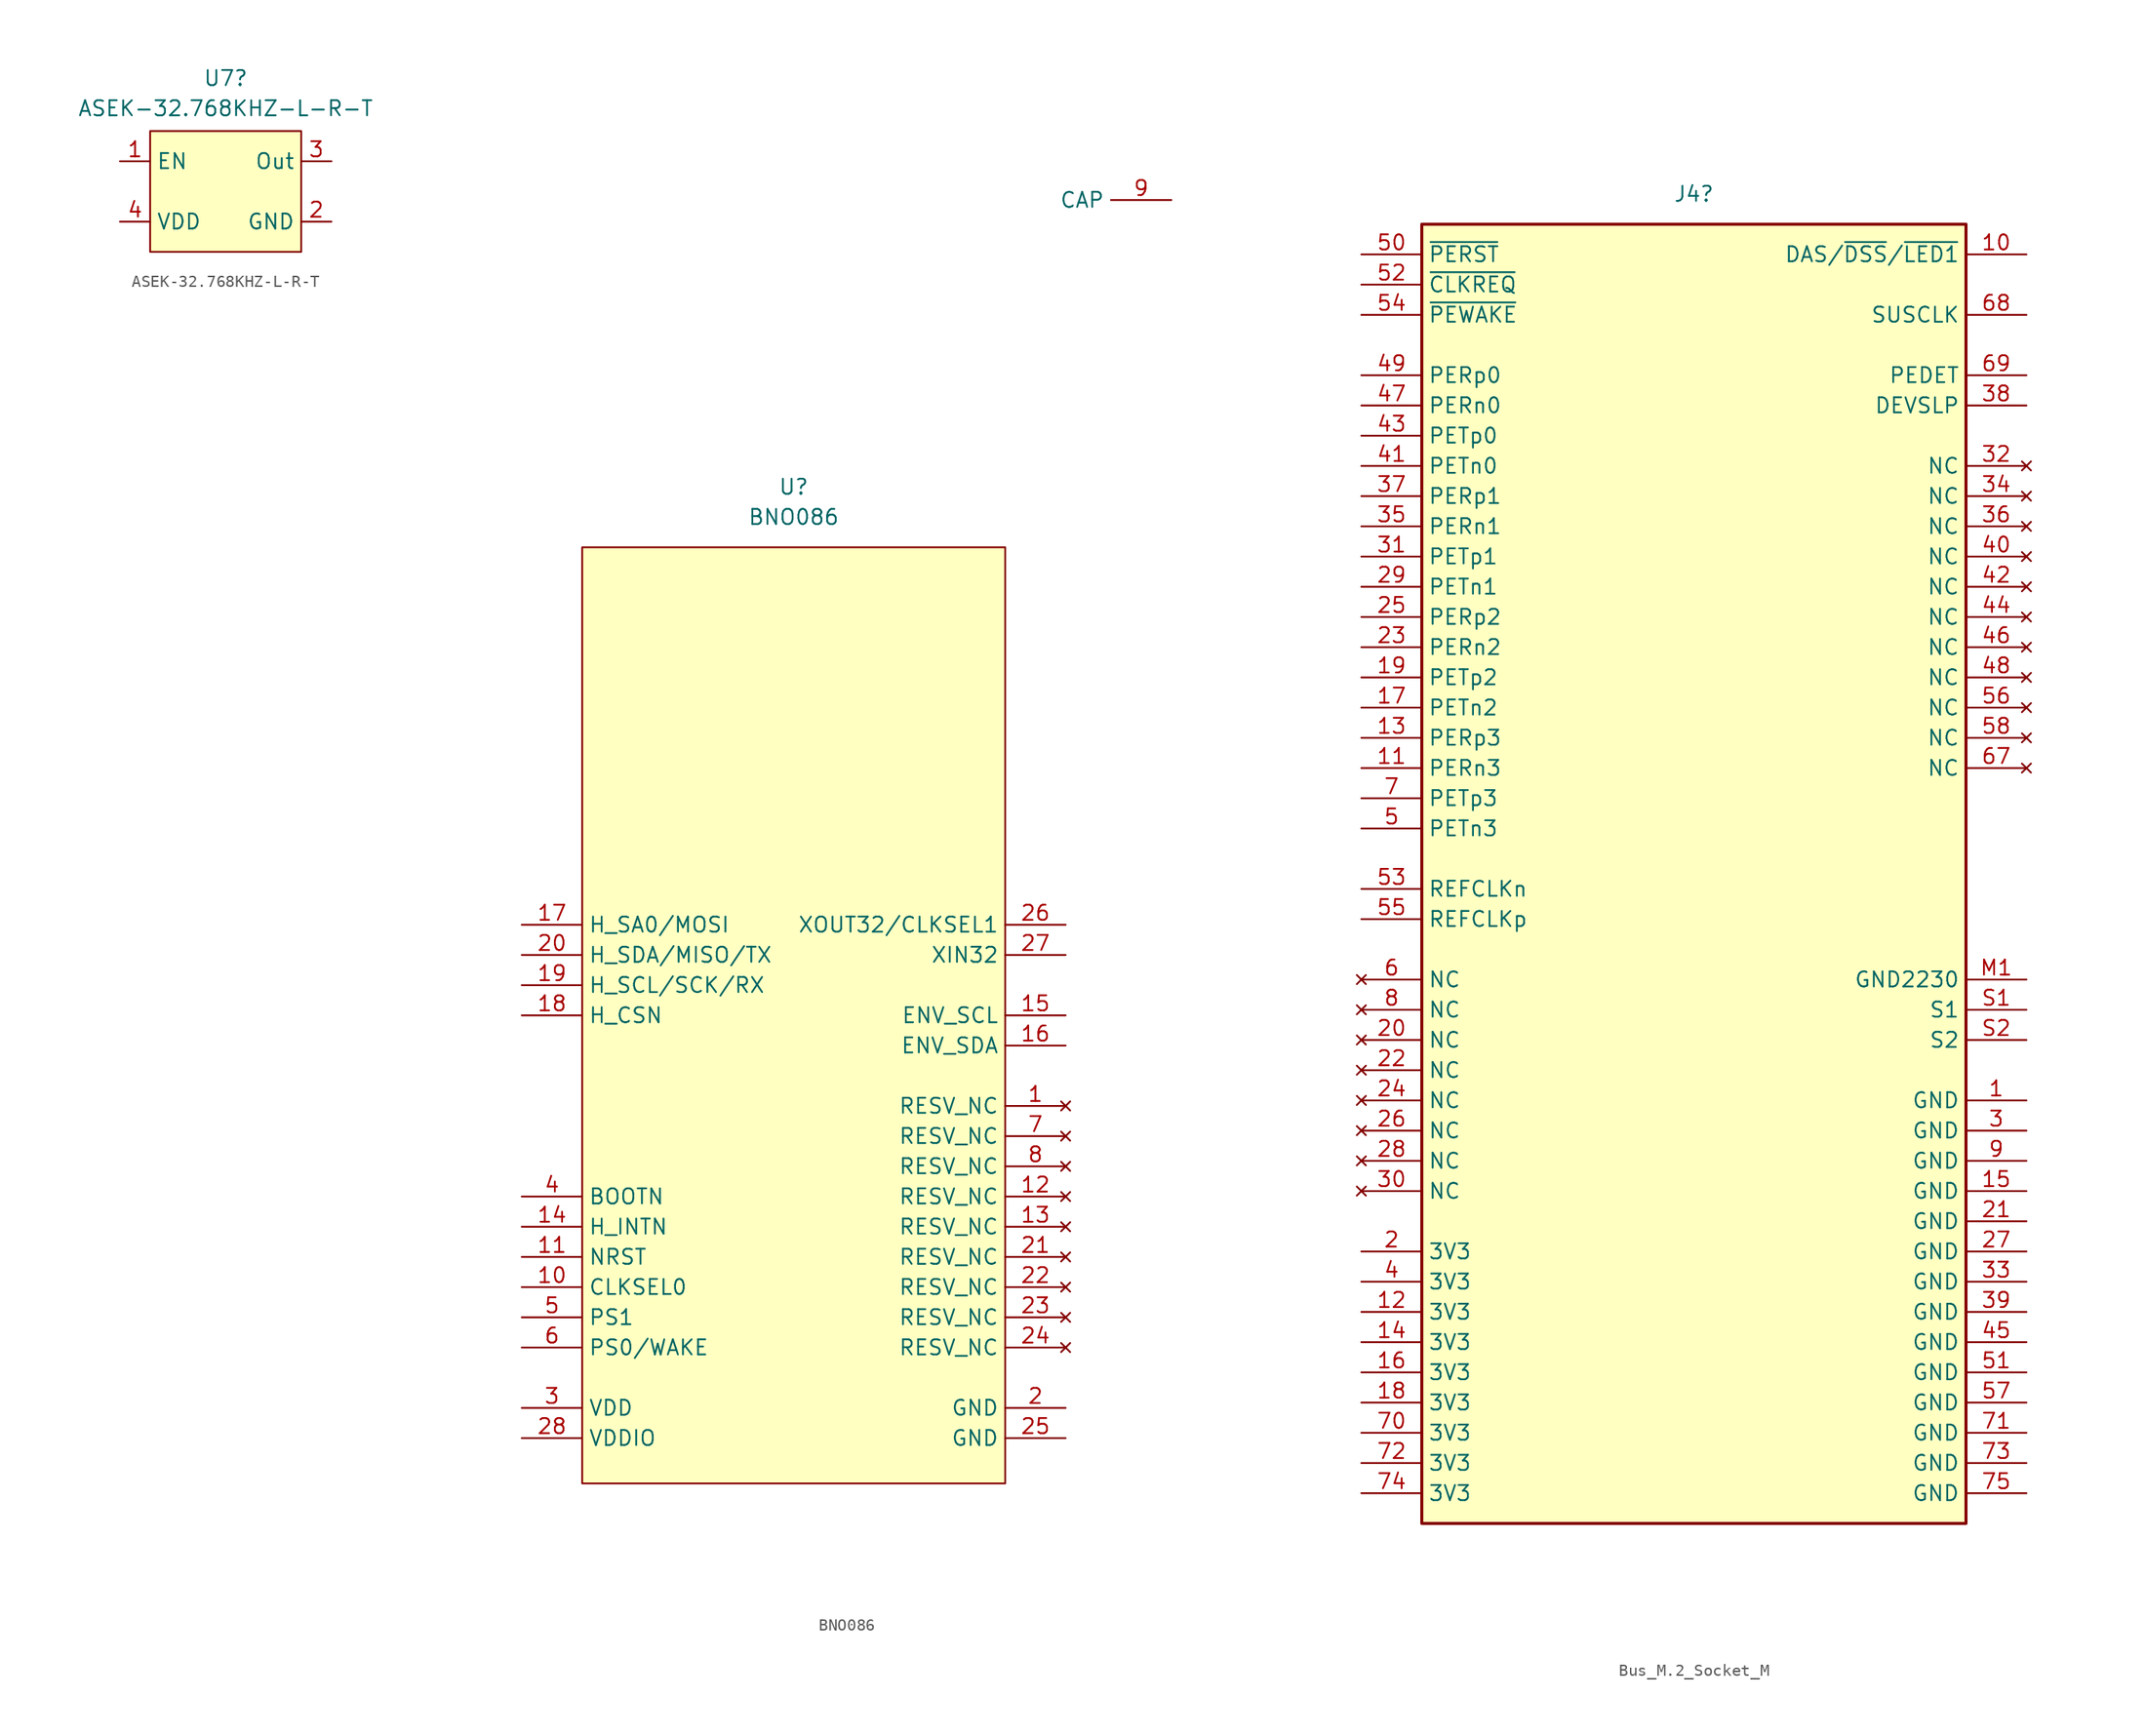
<source format=kicad_sym>
(kicad_symbol_lib
  (version 20241209)
  (generator "kicad_symbol_editor")
  (generator_version "9.0")
  (symbol "ASEK-32.768KHZ-L-R-T"
    (property "Reference" "U7"
      (at 0 9.525 0)
      (effects (font (size 1.27 1.27))))
    (property "Value" "ASEK-32.768KHZ-L-R-T"
      (at 0 6.985 0)
      (effects (font (size 1.27 1.27))))
    (symbol "ASEK-32.768KHZ-L-R-T_1_1"
      (rectangle (start -6.35 5.08) (end 6.35 -5.08) (stroke (width 0) (type solid)) (fill (type color) (color 255 255 194 1)))
      (pin input line (at -8.89 2.54 0) (length 2.54) (name "EN" (effects (font (size 1.27 1.27)))) (number "1" (effects (font (size 1.27 1.27)))))
      (pin power_in line (at -8.89 -2.54 0) (length 2.54) (name "VDD" (effects (font (size 1.27 1.27)))) (number "4" (effects (font (size 1.27 1.27)))))
      (pin output line (at 8.89 2.54 180) (length 2.54) (name "Out" (effects (font (size 1.27 1.27)))) (number "3" (effects (font (size 1.27 1.27)))))
      (pin power_in line (at 8.89 -2.54 180) (length 2.54) (name "GND" (effects (font (size 1.27 1.27)))) (number "2" (effects (font (size 1.27 1.27)))))))
  (symbol "BNO086"
    (property "Reference" "U"
      (at 0 10.16 0)
      (effects (font (size 1.27 1.27))))
    (property "Value" "BNO086"
      (at 0 7.62 0)
      (effects (font (size 1.27 1.27))))
    (symbol "BNO086_1_1"
      (rectangle (start -17.78 5.08) (end 17.78 -73.66) (stroke (width 0) (type solid)) (fill (type color) (color 255 255 194 1)))
      (pin input line (at -22.86 -26.67 0) (length 5.08) (name "H_SA0/MOSI" (effects (font (size 1.27 1.27)))) (number "17" (effects (font (size 1.27 1.27)))))
      (pin bidirectional line (at -22.86 -29.21 0) (length 5.08) (name "H_SDA/MISO/TX" (effects (font (size 1.27 1.27)))) (number "20" (effects (font (size 1.27 1.27)))))
      (pin bidirectional line (at -22.86 -31.75 0) (length 5.08) (name "H_SCL/SCK/RX" (effects (font (size 1.27 1.27)))) (number "19" (effects (font (size 1.27 1.27)))))
      (pin input line (at -22.86 -34.29 0) (length 5.08) (name "H_CSN" (effects (font (size 1.27 1.27)))) (number "18" (effects (font (size 1.27 1.27)))))
      (pin input line (at -22.86 -49.53 0) (length 5.08) (name "BOOTN" (effects (font (size 1.27 1.27)))) (number "4" (effects (font (size 1.27 1.27)))))
      (pin output line (at -22.86 -52.07 0) (length 5.08) (name "H_INTN" (effects (font (size 1.27 1.27)))) (number "14" (effects (font (size 1.27 1.27)))))
      (pin input line (at -22.86 -54.61 0) (length 5.08) (name "NRST" (effects (font (size 1.27 1.27)))) (number "11" (effects (font (size 1.27 1.27)))))
      (pin input line (at -22.86 -57.15 0) (length 5.08) (name "CLKSEL0" (effects (font (size 1.27 1.27)))) (number "10" (effects (font (size 1.27 1.27)))))
      (pin input line (at -22.86 -59.69 0) (length 5.08) (name "PS1" (effects (font (size 1.27 1.27)))) (number "5" (effects (font (size 1.27 1.27)))))
      (pin input line (at -22.86 -62.23 0) (length 5.08) (name "PS0/WAKE" (effects (font (size 1.27 1.27)))) (number "6" (effects (font (size 1.27 1.27)))))
      (pin power_in line (at -22.86 -67.31 0) (length 5.08) (name "VDD" (effects (font (size 1.27 1.27)))) (number "3" (effects (font (size 1.27 1.27)))))
      (pin power_in line (at -22.86 -69.85 0) (length 5.08) (name "VDDIO" (effects (font (size 1.27 1.27)))) (number "28" (effects (font (size 1.27 1.27)))))
      (pin output line (at 22.86 -26.67 180) (length 5.08) (name "XOUT32/CLKSEL1" (effects (font (size 1.27 1.27)))) (number "26" (effects (font (size 1.27 1.27)))))
      (pin input line (at 22.86 -29.21 180) (length 5.08) (name "XIN32" (effects (font (size 1.27 1.27)))) (number "27" (effects (font (size 1.27 1.27)))))
      (pin bidirectional line (at 22.86 -34.29 180) (length 5.08) (name "ENV_SCL" (effects (font (size 1.27 1.27)))) (number "15" (effects (font (size 1.27 1.27)))))
      (pin bidirectional line (at 22.86 -36.83 180) (length 5.08) (name "ENV_SDA" (effects (font (size 1.27 1.27)))) (number "16" (effects (font (size 1.27 1.27)))))
      (pin no_connect line (at 22.86 -41.91 180) (length 5.08) (name "RESV_NC" (effects (font (size 1.27 1.27)))) (number "1" (effects (font (size 1.27 1.27)))))
      (pin no_connect line (at 22.86 -44.45 180) (length 5.08) (name "RESV_NC" (effects (font (size 1.27 1.27)))) (number "7" (effects (font (size 1.27 1.27)))))
      (pin no_connect line (at 22.86 -46.99 180) (length 5.08) (name "RESV_NC" (effects (font (size 1.27 1.27)))) (number "8" (effects (font (size 1.27 1.27)))))
      (pin no_connect line (at 22.86 -49.53 180) (length 5.08) (name "RESV_NC" (effects (font (size 1.27 1.27)))) (number "12" (effects (font (size 1.27 1.27)))))
      (pin no_connect line (at 22.86 -52.07 180) (length 5.08) (name "RESV_NC" (effects (font (size 1.27 1.27)))) (number "13" (effects (font (size 1.27 1.27)))))
      (pin no_connect line (at 22.86 -54.61 180) (length 5.08) (name "RESV_NC" (effects (font (size 1.27 1.27)))) (number "21" (effects (font (size 1.27 1.27)))))
      (pin no_connect line (at 22.86 -57.15 180) (length 5.08) (name "RESV_NC" (effects (font (size 1.27 1.27)))) (number "22" (effects (font (size 1.27 1.27)))))
      (pin no_connect line (at 22.86 -59.69 180) (length 5.08) (name "RESV_NC" (effects (font (size 1.27 1.27)))) (number "23" (effects (font (size 1.27 1.27)))))
      (pin no_connect line (at 22.86 -62.23 180) (length 5.08) (name "RESV_NC" (effects (font (size 1.27 1.27)))) (number "24" (effects (font (size 1.27 1.27)))))
      (pin power_in line (at 22.86 -67.31 180) (length 5.08) (name "GND" (effects (font (size 1.27 1.27)))) (number "2" (effects (font (size 1.27 1.27)))))
      (pin power_in line (at 22.86 -69.85 180) (length 5.08) (name "GND" (effects (font (size 1.27 1.27)))) (number "25" (effects (font (size 1.27 1.27)))))
      (pin passive line (at 31.75 34.29 180) (length 5.08) (name "CAP" (effects (font (size 1.27 1.27)))) (number "9" (effects (font (size 1.27 1.27)))))))
  (symbol "Bus_M.2_Socket_M"
    (property "Reference" "J4"
      (at 0 48.26 0)
      (effects (font (size 1.27 1.27))))
    (symbol "Bus_M.2_Socket_M_0_1"
      (rectangle (start -22.86 45.72) (end 22.86 -63.5) (stroke (width 0.254) (type default)) (fill (type background))))
    (symbol "Bus_M.2_Socket_M_1_1"
      (pin input line (at -27.94 43.18 0) (length 5.08) (name "~{PERST}" (effects (font (size 1.27 1.27)))) (number "50" (effects (font (size 1.27 1.27)))))
      (pin bidirectional line (at -27.94 40.64 0) (length 5.08) (name "~{CLKREQ}" (effects (font (size 1.27 1.27)))) (number "52" (effects (font (size 1.27 1.27)))))
      (pin bidirectional line (at -27.94 38.1 0) (length 5.08) (name "~{PEWAKE}" (effects (font (size 1.27 1.27)))) (number "54" (effects (font (size 1.27 1.27)))))
      (pin input line (at -27.94 33.02 0) (length 5.08) (name "PERp0" (effects (font (size 1.27 1.27)))) (number "49" (effects (font (size 1.27 1.27)))))
      (pin input line (at -27.94 30.48 0) (length 5.08) (name "PERn0" (effects (font (size 1.27 1.27)))) (number "47" (effects (font (size 1.27 1.27)))))
      (pin output line (at -27.94 27.94 0) (length 5.08) (name "PETp0" (effects (font (size 1.27 1.27)))) (number "43" (effects (font (size 1.27 1.27)))))
      (pin output line (at -27.94 25.4 0) (length 5.08) (name "PETn0" (effects (font (size 1.27 1.27)))) (number "41" (effects (font (size 1.27 1.27)))))
      (pin input line (at -27.94 22.86 0) (length 5.08) (name "PERp1" (effects (font (size 1.27 1.27)))) (number "37" (effects (font (size 1.27 1.27)))))
      (pin input line (at -27.94 20.32 0) (length 5.08) (name "PERn1" (effects (font (size 1.27 1.27)))) (number "35" (effects (font (size 1.27 1.27)))))
      (pin output line (at -27.94 17.78 0) (length 5.08) (name "PETp1" (effects (font (size 1.27 1.27)))) (number "31" (effects (font (size 1.27 1.27)))))
      (pin output line (at -27.94 15.24 0) (length 5.08) (name "PETn1" (effects (font (size 1.27 1.27)))) (number "29" (effects (font (size 1.27 1.27)))))
      (pin input line (at -27.94 12.7 0) (length 5.08) (name "PERp2" (effects (font (size 1.27 1.27)))) (number "25" (effects (font (size 1.27 1.27)))))
      (pin input line (at -27.94 10.16 0) (length 5.08) (name "PERn2" (effects (font (size 1.27 1.27)))) (number "23" (effects (font (size 1.27 1.27)))))
      (pin output line (at -27.94 7.62 0) (length 5.08) (name "PETp2" (effects (font (size 1.27 1.27)))) (number "19" (effects (font (size 1.27 1.27)))))
      (pin output line (at -27.94 5.08 0) (length 5.08) (name "PETn2" (effects (font (size 1.27 1.27)))) (number "17" (effects (font (size 1.27 1.27)))))
      (pin input line (at -27.94 2.54 0) (length 5.08) (name "PERp3" (effects (font (size 1.27 1.27)))) (number "13" (effects (font (size 1.27 1.27)))))
      (pin input line (at -27.94 0 0) (length 5.08) (name "PERn3" (effects (font (size 1.27 1.27)))) (number "11" (effects (font (size 1.27 1.27)))))
      (pin output line (at -27.94 -2.54 0) (length 5.08) (name "PETp3" (effects (font (size 1.27 1.27)))) (number "7" (effects (font (size 1.27 1.27)))))
      (pin output line (at -27.94 -5.08 0) (length 5.08) (name "PETn3" (effects (font (size 1.27 1.27)))) (number "5" (effects (font (size 1.27 1.27)))))
      (pin input line (at -27.94 -10.16 0) (length 5.08) (name "REFCLKn" (effects (font (size 1.27 1.27)))) (number "53" (effects (font (size 1.27 1.27)))))
      (pin input line (at -27.94 -12.7 0) (length 5.08) (name "REFCLKp" (effects (font (size 1.27 1.27)))) (number "55" (effects (font (size 1.27 1.27)))))
      (pin no_connect line (at -27.94 -17.78 0) (length 5.08) (name "NC" (effects (font (size 1.27 1.27)))) (number "6" (effects (font (size 1.27 1.27)))))
      (pin no_connect line (at -27.94 -20.32 0) (length 5.08) (name "NC" (effects (font (size 1.27 1.27)))) (number "8" (effects (font (size 1.27 1.27)))))
      (pin no_connect line (at -27.94 -22.86 0) (length 5.08) (name "NC" (effects (font (size 1.27 1.27)))) (number "20" (effects (font (size 1.27 1.27)))))
      (pin no_connect line (at -27.94 -25.4 0) (length 5.08) (name "NC" (effects (font (size 1.27 1.27)))) (number "22" (effects (font (size 1.27 1.27)))))
      (pin no_connect line (at -27.94 -27.94 0) (length 5.08) (name "NC" (effects (font (size 1.27 1.27)))) (number "24" (effects (font (size 1.27 1.27)))))
      (pin no_connect line (at -27.94 -30.48 0) (length 5.08) (name "NC" (effects (font (size 1.27 1.27)))) (number "26" (effects (font (size 1.27 1.27)))))
      (pin no_connect line (at -27.94 -33.02 0) (length 5.08) (name "NC" (effects (font (size 1.27 1.27)))) (number "28" (effects (font (size 1.27 1.27)))))
      (pin no_connect line (at -27.94 -35.56 0) (length 5.08) (name "NC" (effects (font (size 1.27 1.27)))) (number "30" (effects (font (size 1.27 1.27)))))
      (pin power_in line (at -27.94 -40.64 0) (length 5.08) (name "3V3" (effects (font (size 1.27 1.27)))) (number "2" (effects (font (size 1.27 1.27)))))
      (pin power_in line (at -27.94 -43.18 0) (length 5.08) (name "3V3" (effects (font (size 1.27 1.27)))) (number "4" (effects (font (size 1.27 1.27)))))
      (pin power_in line (at -27.94 -45.72 0) (length 5.08) (name "3V3" (effects (font (size 1.27 1.27)))) (number "12" (effects (font (size 1.27 1.27)))))
      (pin power_in line (at -27.94 -48.26 0) (length 5.08) (name "3V3" (effects (font (size 1.27 1.27)))) (number "14" (effects (font (size 1.27 1.27)))))
      (pin power_in line (at -27.94 -50.8 0) (length 5.08) (name "3V3" (effects (font (size 1.27 1.27)))) (number "16" (effects (font (size 1.27 1.27)))))
      (pin power_in line (at -27.94 -53.34 0) (length 5.08) (name "3V3" (effects (font (size 1.27 1.27)))) (number "18" (effects (font (size 1.27 1.27)))))
      (pin power_in line (at -27.94 -55.88 0) (length 5.08) (name "3V3" (effects (font (size 1.27 1.27)))) (number "70" (effects (font (size 1.27 1.27)))))
      (pin power_in line (at -27.94 -58.42 0) (length 5.08) (name "3V3" (effects (font (size 1.27 1.27)))) (number "72" (effects (font (size 1.27 1.27)))))
      (pin power_in line (at -27.94 -60.96 0) (length 5.08) (name "3V3" (effects (font (size 1.27 1.27)))) (number "74" (effects (font (size 1.27 1.27)))))
      (pin bidirectional line (at 27.94 43.18 180) (length 5.08) (name "DAS/~{DSS}/~{LED1}" (effects (font (size 1.27 1.27)))) (number "10" (effects (font (size 1.27 1.27)))))
      (pin input line (at 27.94 38.1 180) (length 5.08) (name "SUSCLK" (effects (font (size 1.27 1.27)))) (number "68" (effects (font (size 1.27 1.27)))))
      (pin passive line (at 27.94 33.02 180) (length 5.08) (name "PEDET" (effects (font (size 1.27 1.27)))) (number "69" (effects (font (size 1.27 1.27)))))
      (pin input line (at 27.94 30.48 180) (length 5.08) (name "DEVSLP" (effects (font (size 1.27 1.27)))) (number "38" (effects (font (size 1.27 1.27)))))
      (pin no_connect line (at 27.94 25.4 180) (length 5.08) (name "NC" (effects (font (size 1.27 1.27)))) (number "32" (effects (font (size 1.27 1.27)))))
      (pin no_connect line (at 27.94 22.86 180) (length 5.08) (name "NC" (effects (font (size 1.27 1.27)))) (number "34" (effects (font (size 1.27 1.27)))))
      (pin no_connect line (at 27.94 20.32 180) (length 5.08) (name "NC" (effects (font (size 1.27 1.27)))) (number "36" (effects (font (size 1.27 1.27)))))
      (pin no_connect line (at 27.94 17.78 180) (length 5.08) (name "NC" (effects (font (size 1.27 1.27)))) (number "40" (effects (font (size 1.27 1.27)))))
      (pin no_connect line (at 27.94 15.24 180) (length 5.08) (name "NC" (effects (font (size 1.27 1.27)))) (number "42" (effects (font (size 1.27 1.27)))))
      (pin no_connect line (at 27.94 12.7 180) (length 5.08) (name "NC" (effects (font (size 1.27 1.27)))) (number "44" (effects (font (size 1.27 1.27)))))
      (pin no_connect line (at 27.94 10.16 180) (length 5.08) (name "NC" (effects (font (size 1.27 1.27)))) (number "46" (effects (font (size 1.27 1.27)))))
      (pin no_connect line (at 27.94 7.62 180) (length 5.08) (name "NC" (effects (font (size 1.27 1.27)))) (number "48" (effects (font (size 1.27 1.27)))))
      (pin no_connect line (at 27.94 5.08 180) (length 5.08) (name "NC" (effects (font (size 1.27 1.27)))) (number "56" (effects (font (size 1.27 1.27)))))
      (pin no_connect line (at 27.94 2.54 180) (length 5.08) (name "NC" (effects (font (size 1.27 1.27)))) (number "58" (effects (font (size 1.27 1.27)))))
      (pin no_connect line (at 27.94 0 180) (length 5.08) (name "NC" (effects (font (size 1.27 1.27)))) (number "67" (effects (font (size 1.27 1.27)))))
      (pin passive line (at 27.94 -17.78 180) (length 5.08) (name "GND2230" (effects (font (size 1.27 1.27)))) (number "M1" (effects (font (size 1.27 1.27)))))
      (pin passive line (at 27.94 -20.32 180) (length 5.08) (name "S1" (effects (font (size 1.27 1.27)))) (number "S1" (effects (font (size 1.27 1.27)))))
      (pin passive line (at 27.94 -22.86 180) (length 5.08) (name "S2" (effects (font (size 1.27 1.27)))) (number "S2" (effects (font (size 1.27 1.27)))))
      (pin power_in line (at 27.94 -27.94 180) (length 5.08) (name "GND" (effects (font (size 1.27 1.27)))) (number "1" (effects (font (size 1.27 1.27)))))
      (pin power_in line (at 27.94 -30.48 180) (length 5.08) (name "GND" (effects (font (size 1.27 1.27)))) (number "3" (effects (font (size 1.27 1.27)))))
      (pin power_in line (at 27.94 -33.02 180) (length 5.08) (name "GND" (effects (font (size 1.27 1.27)))) (number "9" (effects (font (size 1.27 1.27)))))
      (pin power_in line (at 27.94 -35.56 180) (length 5.08) (name "GND" (effects (font (size 1.27 1.27)))) (number "15" (effects (font (size 1.27 1.27)))))
      (pin power_in line (at 27.94 -38.1 180) (length 5.08) (name "GND" (effects (font (size 1.27 1.27)))) (number "21" (effects (font (size 1.27 1.27)))))
      (pin power_in line (at 27.94 -40.64 180) (length 5.08) (name "GND" (effects (font (size 1.27 1.27)))) (number "27" (effects (font (size 1.27 1.27)))))
      (pin power_in line (at 27.94 -43.18 180) (length 5.08) (name "GND" (effects (font (size 1.27 1.27)))) (number "33" (effects (font (size 1.27 1.27)))))
      (pin power_in line (at 27.94 -45.72 180) (length 5.08) (name "GND" (effects (font (size 1.27 1.27)))) (number "39" (effects (font (size 1.27 1.27)))))
      (pin power_in line (at 27.94 -48.26 180) (length 5.08) (name "GND" (effects (font (size 1.27 1.27)))) (number "45" (effects (font (size 1.27 1.27)))))
      (pin power_in line (at 27.94 -50.8 180) (length 5.08) (name "GND" (effects (font (size 1.27 1.27)))) (number "51" (effects (font (size 1.27 1.27)))))
      (pin power_in line (at 27.94 -53.34 180) (length 5.08) (name "GND" (effects (font (size 1.27 1.27)))) (number "57" (effects (font (size 1.27 1.27)))))
      (pin power_in line (at 27.94 -55.88 180) (length 5.08) (name "GND" (effects (font (size 1.27 1.27)))) (number "71" (effects (font (size 1.27 1.27)))))
      (pin power_in line (at 27.94 -58.42 180) (length 5.08) (name "GND" (effects (font (size 1.27 1.27)))) (number "73" (effects (font (size 1.27 1.27)))))
      (pin power_in line (at 27.94 -60.96 180) (length 5.08) (name "GND" (effects (font (size 1.27 1.27)))) (number "75" (effects (font (size 1.27 1.27))))))))
</source>
